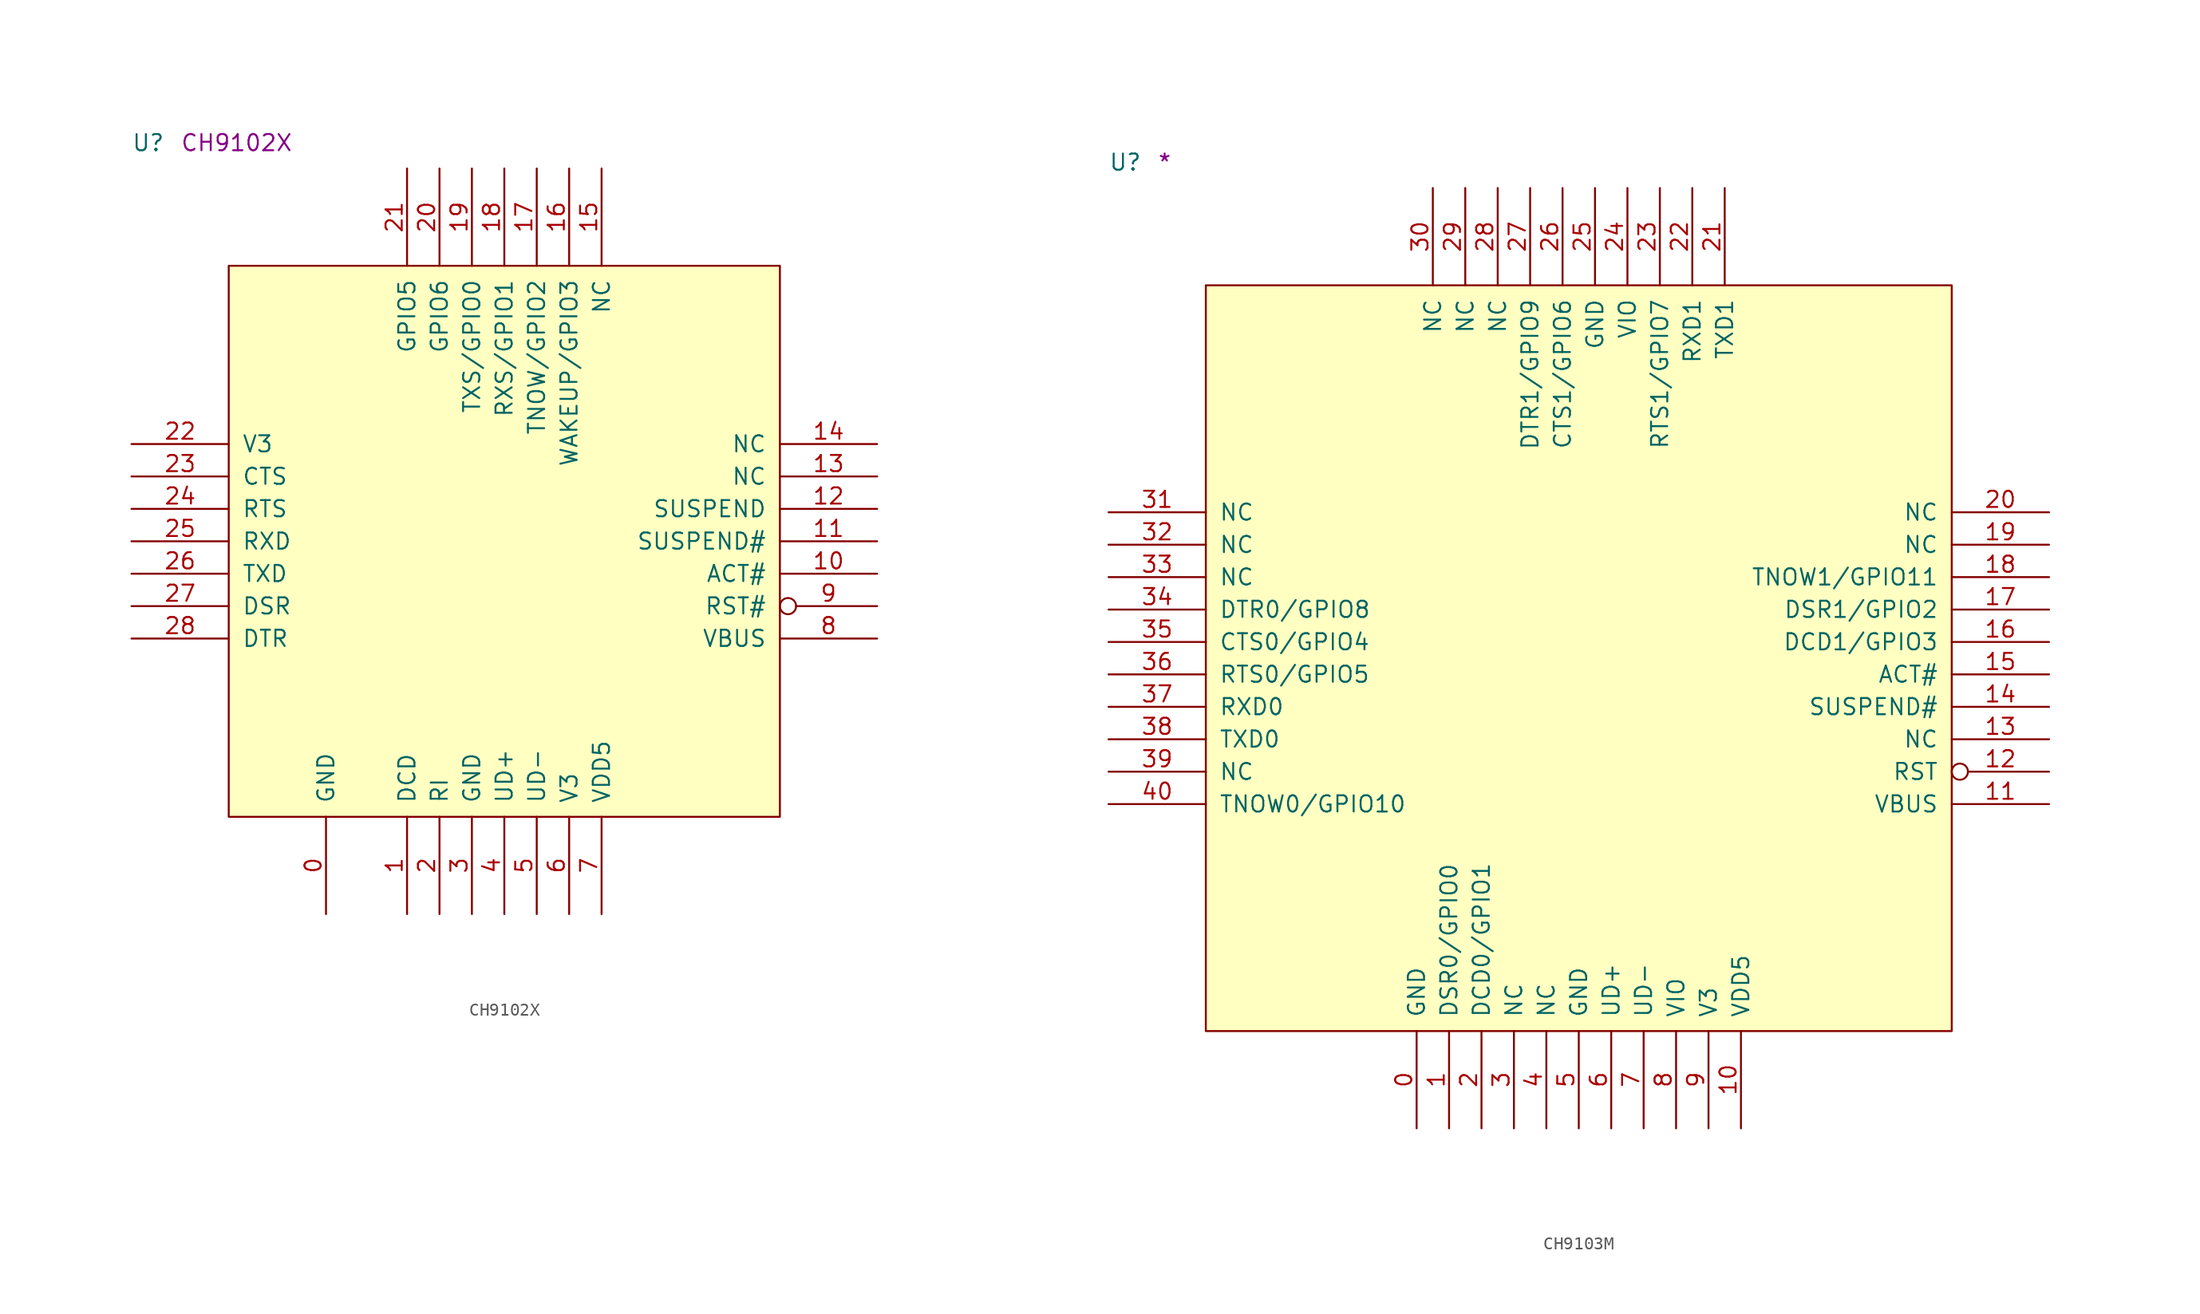
<source format=kicad_sym>
(kicad_symbol_lib
  (version 20211014)
  (generator kicad_symbol_editor)
  (symbol "CH9102X"
    (pin_names
      (offset 1.016))
    (property "Reference" "U"
      (at -7.62 8.89 0)
      (effects (font (size 1.27 1.27)) (justify left bottom)))
    (property "Comment" "CH9102X"
      (at -3.81 8.89 0)
      (effects (font (size 1.27 1.27)) (justify left bottom)))
    (symbol "CH9102X_1_1"
      (rectangle (start 0 -43.18) (end 43.18 0) (stroke (width 0) (type default) (color 0 0 0 0)) (fill (type background)))
      (pin power_in line (at 7.62 -50.8 90) (length 7.62) (name "GND" (effects (font (size 1.27 1.27)))) (number "0" (effects (font (size 1.27 1.27)))))
      (pin input line (at 13.97 -50.8 90) (length 7.62) (name "DCD" (effects (font (size 1.27 1.27)))) (number "1" (effects (font (size 1.27 1.27)))))
      (pin output line (at 50.8 -24.13 180) (length 7.62) (name "ACT#" (effects (font (size 1.27 1.27)))) (number "10" (effects (font (size 1.27 1.27)))))
      (pin output line (at 50.8 -21.59 180) (length 7.62) (name "SUSPEND#" (effects (font (size 1.27 1.27)))) (number "11" (effects (font (size 1.27 1.27)))))
      (pin output line (at 50.8 -19.05 180) (length 7.62) (name "SUSPEND" (effects (font (size 1.27 1.27)))) (number "12" (effects (font (size 1.27 1.27)))))
      (pin passive line (at 50.8 -16.51 180) (length 7.62) (name "NC" (effects (font (size 1.27 1.27)))) (number "13" (effects (font (size 1.27 1.27)))))
      (pin passive line (at 50.8 -13.97 180) (length 7.62) (name "NC" (effects (font (size 1.27 1.27)))) (number "14" (effects (font (size 1.27 1.27)))))
      (pin passive line (at 29.21 7.62 270) (length 7.62) (name "NC" (effects (font (size 1.27 1.27)))) (number "15" (effects (font (size 1.27 1.27)))))
      (pin bidirectional line (at 26.67 7.62 270) (length 7.62) (name "WAKEUP/GPIO3" (effects (font (size 1.27 1.27)))) (number "16" (effects (font (size 1.27 1.27)))))
      (pin bidirectional line (at 24.13 7.62 270) (length 7.62) (name "TNOW/GPIO2" (effects (font (size 1.27 1.27)))) (number "17" (effects (font (size 1.27 1.27)))))
      (pin bidirectional line (at 21.59 7.62 270) (length 7.62) (name "RXS/GPIO1" (effects (font (size 1.27 1.27)))) (number "18" (effects (font (size 1.27 1.27)))))
      (pin bidirectional line (at 19.05 7.62 270) (length 7.62) (name "TXS/GPIO0" (effects (font (size 1.27 1.27)))) (number "19" (effects (font (size 1.27 1.27)))))
      (pin input line (at 16.51 -50.8 90) (length 7.62) (name "RI" (effects (font (size 1.27 1.27)))) (number "2" (effects (font (size 1.27 1.27)))))
      (pin bidirectional line (at 16.51 7.62 270) (length 7.62) (name "GPIO6" (effects (font (size 1.27 1.27)))) (number "20" (effects (font (size 1.27 1.27)))))
      (pin bidirectional line (at 13.97 7.62 270) (length 7.62) (name "GPIO5" (effects (font (size 1.27 1.27)))) (number "21" (effects (font (size 1.27 1.27)))))
      (pin power_in line (at -7.62 -13.97 0) (length 7.62) (name "V3" (effects (font (size 1.27 1.27)))) (number "22" (effects (font (size 1.27 1.27)))))
      (pin input line (at -7.62 -16.51 0) (length 7.62) (name "CTS" (effects (font (size 1.27 1.27)))) (number "23" (effects (font (size 1.27 1.27)))))
      (pin output line (at -7.62 -19.05 0) (length 7.62) (name "RTS" (effects (font (size 1.27 1.27)))) (number "24" (effects (font (size 1.27 1.27)))))
      (pin input line (at -7.62 -21.59 0) (length 7.62) (name "RXD" (effects (font (size 1.27 1.27)))) (number "25" (effects (font (size 1.27 1.27)))))
      (pin output line (at -7.62 -24.13 0) (length 7.62) (name "TXD" (effects (font (size 1.27 1.27)))) (number "26" (effects (font (size 1.27 1.27)))))
      (pin input line (at -7.62 -26.67 0) (length 7.62) (name "DSR" (effects (font (size 1.27 1.27)))) (number "27" (effects (font (size 1.27 1.27)))))
      (pin output line (at -7.62 -29.21 0) (length 7.62) (name "DTR" (effects (font (size 1.27 1.27)))) (number "28" (effects (font (size 1.27 1.27)))))
      (pin power_in line (at 19.05 -50.8 90) (length 7.62) (name "GND" (effects (font (size 1.27 1.27)))) (number "3" (effects (font (size 1.27 1.27)))))
      (pin bidirectional line (at 21.59 -50.8 90) (length 7.62) (name "UD+" (effects (font (size 1.27 1.27)))) (number "4" (effects (font (size 1.27 1.27)))))
      (pin bidirectional line (at 24.13 -50.8 90) (length 7.62) (name "UD-" (effects (font (size 1.27 1.27)))) (number "5" (effects (font (size 1.27 1.27)))))
      (pin power_in line (at 26.67 -50.8 90) (length 7.62) (name "V3" (effects (font (size 1.27 1.27)))) (number "6" (effects (font (size 1.27 1.27)))))
      (pin power_in line (at 29.21 -50.8 90) (length 7.62) (name "VDD5" (effects (font (size 1.27 1.27)))) (number "7" (effects (font (size 1.27 1.27)))))
      (pin input line (at 50.8 -29.21 180) (length 7.62) (name "VBUS" (effects (font (size 1.27 1.27)))) (number "8" (effects (font (size 1.27 1.27)))))
      (pin input inverted (at 50.8 -26.67 180) (length 7.62) (name "RST#" (effects (font (size 1.27 1.27)))) (number "9" (effects (font (size 1.27 1.27)))))))
  (symbol "CH9103M"
    (pin_names
      (offset 1.016))
    (property "Reference" "U"
      (at -7.62 8.89 0)
      (effects (font (size 1.27 1.27)) (justify left bottom)))
    (property "Comment" "*"
      (at -3.81 8.89 0)
      (effects (font (size 1.27 1.27)) (justify left bottom)))
    (symbol "CH9103M_1_1"
      (rectangle (start 0 -58.42) (end 58.42 0) (stroke (width 0) (type default) (color 0 0 0 0)) (fill (type background)))
      (pin power_in line (at 16.51 -66.04 90) (length 7.62) (name "GND" (effects (font (size 1.27 1.27)))) (number "0" (effects (font (size 1.27 1.27)))))
      (pin bidirectional line (at 19.05 -66.04 90) (length 7.62) (name "DSR0/GPIO0" (effects (font (size 1.27 1.27)))) (number "1" (effects (font (size 1.27 1.27)))))
      (pin power_in line (at 41.91 -66.04 90) (length 7.62) (name "VDD5" (effects (font (size 1.27 1.27)))) (number "10" (effects (font (size 1.27 1.27)))))
      (pin input line (at 66.04 -40.64 180) (length 7.62) (name "VBUS" (effects (font (size 1.27 1.27)))) (number "11" (effects (font (size 1.27 1.27)))))
      (pin input inverted (at 66.04 -38.1 180) (length 7.62) (name "RST" (effects (font (size 1.27 1.27)))) (number "12" (effects (font (size 1.27 1.27)))))
      (pin passive line (at 66.04 -35.56 180) (length 7.62) (name "NC" (effects (font (size 1.27 1.27)))) (number "13" (effects (font (size 1.27 1.27)))))
      (pin output line (at 66.04 -33.02 180) (length 7.62) (name "SUSPEND#" (effects (font (size 1.27 1.27)))) (number "14" (effects (font (size 1.27 1.27)))))
      (pin output line (at 66.04 -30.48 180) (length 7.62) (name "ACT#" (effects (font (size 1.27 1.27)))) (number "15" (effects (font (size 1.27 1.27)))))
      (pin bidirectional line (at 66.04 -27.94 180) (length 7.62) (name "DCD1/GPIO3" (effects (font (size 1.27 1.27)))) (number "16" (effects (font (size 1.27 1.27)))))
      (pin bidirectional line (at 66.04 -25.4 180) (length 7.62) (name "DSR1/GPIO2" (effects (font (size 1.27 1.27)))) (number "17" (effects (font (size 1.27 1.27)))))
      (pin bidirectional line (at 66.04 -22.86 180) (length 7.62) (name "TNOW1/GPIO11" (effects (font (size 1.27 1.27)))) (number "18" (effects (font (size 1.27 1.27)))))
      (pin passive line (at 66.04 -20.32 180) (length 7.62) (name "NC" (effects (font (size 1.27 1.27)))) (number "19" (effects (font (size 1.27 1.27)))))
      (pin bidirectional line (at 21.59 -66.04 90) (length 7.62) (name "DCD0/GPIO1" (effects (font (size 1.27 1.27)))) (number "2" (effects (font (size 1.27 1.27)))))
      (pin passive line (at 66.04 -17.78 180) (length 7.62) (name "NC" (effects (font (size 1.27 1.27)))) (number "20" (effects (font (size 1.27 1.27)))))
      (pin output line (at 40.64 7.62 270) (length 7.62) (name "TXD1" (effects (font (size 1.27 1.27)))) (number "21" (effects (font (size 1.27 1.27)))))
      (pin input line (at 38.1 7.62 270) (length 7.62) (name "RXD1" (effects (font (size 1.27 1.27)))) (number "22" (effects (font (size 1.27 1.27)))))
      (pin bidirectional line (at 35.56 7.62 270) (length 7.62) (name "RTS1/GPIO7" (effects (font (size 1.27 1.27)))) (number "23" (effects (font (size 1.27 1.27)))))
      (pin power_in line (at 33.02 7.62 270) (length 7.62) (name "VIO" (effects (font (size 1.27 1.27)))) (number "24" (effects (font (size 1.27 1.27)))))
      (pin power_in line (at 30.48 7.62 270) (length 7.62) (name "GND" (effects (font (size 1.27 1.27)))) (number "25" (effects (font (size 1.27 1.27)))))
      (pin bidirectional line (at 27.94 7.62 270) (length 7.62) (name "CTS1/GPIO6" (effects (font (size 1.27 1.27)))) (number "26" (effects (font (size 1.27 1.27)))))
      (pin bidirectional line (at 25.4 7.62 270) (length 7.62) (name "DTR1/GPIO9" (effects (font (size 1.27 1.27)))) (number "27" (effects (font (size 1.27 1.27)))))
      (pin passive line (at 22.86 7.62 270) (length 7.62) (name "NC" (effects (font (size 1.27 1.27)))) (number "28" (effects (font (size 1.27 1.27)))))
      (pin passive line (at 20.32 7.62 270) (length 7.62) (name "NC" (effects (font (size 1.27 1.27)))) (number "29" (effects (font (size 1.27 1.27)))))
      (pin passive line (at 24.13 -66.04 90) (length 7.62) (name "NC" (effects (font (size 1.27 1.27)))) (number "3" (effects (font (size 1.27 1.27)))))
      (pin passive line (at 17.78 7.62 270) (length 7.62) (name "NC" (effects (font (size 1.27 1.27)))) (number "30" (effects (font (size 1.27 1.27)))))
      (pin passive line (at -7.62 -17.78 0) (length 7.62) (name "NC" (effects (font (size 1.27 1.27)))) (number "31" (effects (font (size 1.27 1.27)))))
      (pin passive line (at -7.62 -20.32 0) (length 7.62) (name "NC" (effects (font (size 1.27 1.27)))) (number "32" (effects (font (size 1.27 1.27)))))
      (pin passive line (at -7.62 -22.86 0) (length 7.62) (name "NC" (effects (font (size 1.27 1.27)))) (number "33" (effects (font (size 1.27 1.27)))))
      (pin bidirectional line (at -7.62 -25.4 0) (length 7.62) (name "DTR0/GPIO8" (effects (font (size 1.27 1.27)))) (number "34" (effects (font (size 1.27 1.27)))))
      (pin bidirectional line (at -7.62 -27.94 0) (length 7.62) (name "CTS0/GPIO4" (effects (font (size 1.27 1.27)))) (number "35" (effects (font (size 1.27 1.27)))))
      (pin bidirectional line (at -7.62 -30.48 0) (length 7.62) (name "RTS0/GPIO5" (effects (font (size 1.27 1.27)))) (number "36" (effects (font (size 1.27 1.27)))))
      (pin input line (at -7.62 -33.02 0) (length 7.62) (name "RXD0" (effects (font (size 1.27 1.27)))) (number "37" (effects (font (size 1.27 1.27)))))
      (pin output line (at -7.62 -35.56 0) (length 7.62) (name "TXD0" (effects (font (size 1.27 1.27)))) (number "38" (effects (font (size 1.27 1.27)))))
      (pin passive line (at -7.62 -38.1 0) (length 7.62) (name "NC" (effects (font (size 1.27 1.27)))) (number "39" (effects (font (size 1.27 1.27)))))
      (pin passive line (at 26.67 -66.04 90) (length 7.62) (name "NC" (effects (font (size 1.27 1.27)))) (number "4" (effects (font (size 1.27 1.27)))))
      (pin bidirectional line (at -7.62 -40.64 0) (length 7.62) (name "TNOW0/GPIO10" (effects (font (size 1.27 1.27)))) (number "40" (effects (font (size 1.27 1.27)))))
      (pin power_in line (at 29.21 -66.04 90) (length 7.62) (name "GND" (effects (font (size 1.27 1.27)))) (number "5" (effects (font (size 1.27 1.27)))))
      (pin bidirectional line (at 31.75 -66.04 90) (length 7.62) (name "UD+" (effects (font (size 1.27 1.27)))) (number "6" (effects (font (size 1.27 1.27)))))
      (pin bidirectional line (at 34.29 -66.04 90) (length 7.62) (name "UD-" (effects (font (size 1.27 1.27)))) (number "7" (effects (font (size 1.27 1.27)))))
      (pin power_in line (at 36.83 -66.04 90) (length 7.62) (name "VIO" (effects (font (size 1.27 1.27)))) (number "8" (effects (font (size 1.27 1.27)))))
      (pin power_in line (at 39.37 -66.04 90) (length 7.62) (name "V3" (effects (font (size 1.27 1.27)))) (number "9" (effects (font (size 1.27 1.27))))))))
</source>
